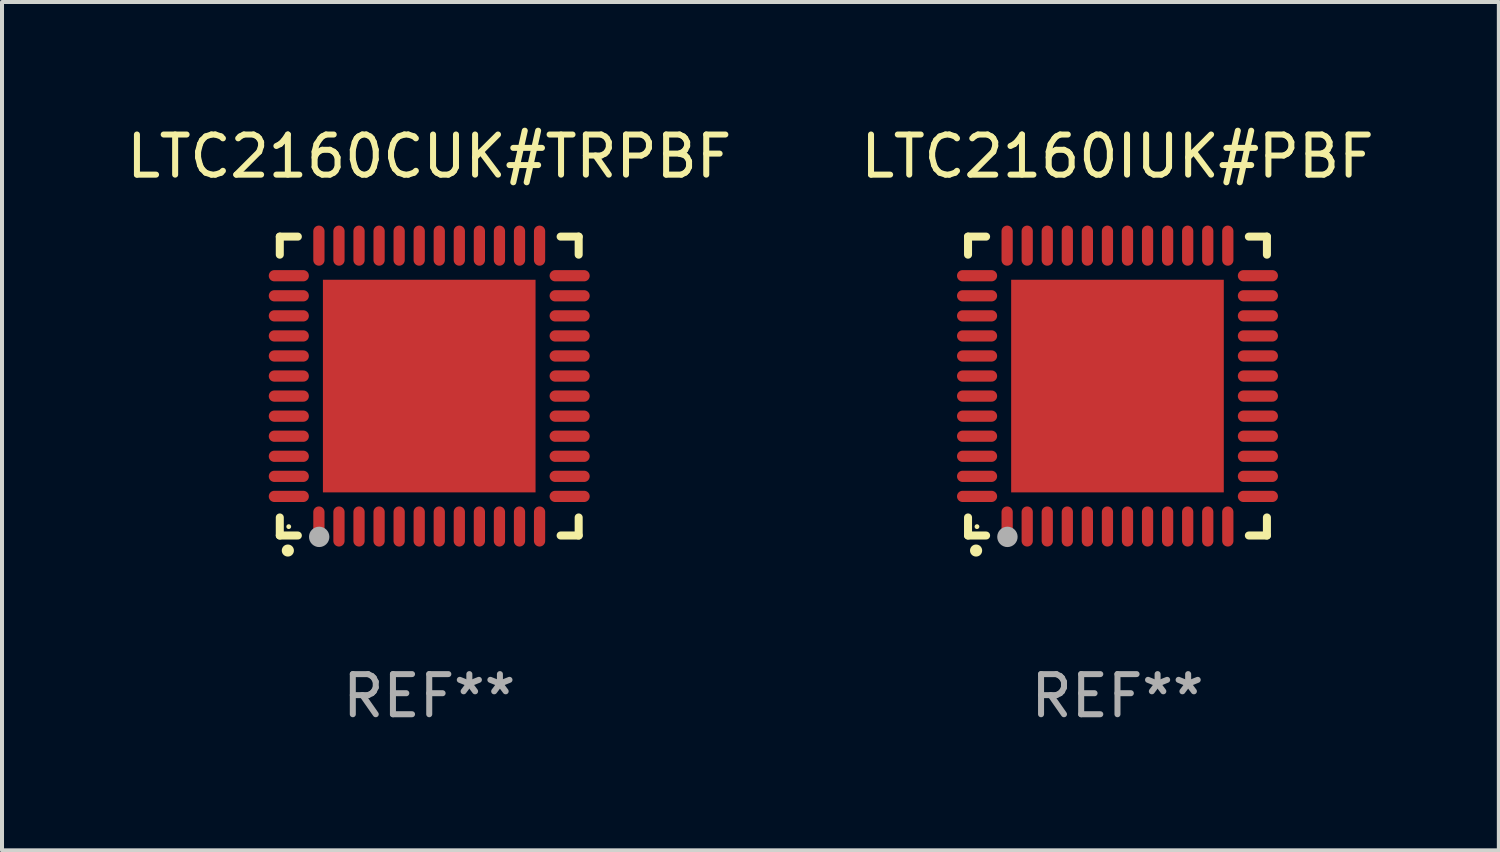
<source format=kicad_pcb>
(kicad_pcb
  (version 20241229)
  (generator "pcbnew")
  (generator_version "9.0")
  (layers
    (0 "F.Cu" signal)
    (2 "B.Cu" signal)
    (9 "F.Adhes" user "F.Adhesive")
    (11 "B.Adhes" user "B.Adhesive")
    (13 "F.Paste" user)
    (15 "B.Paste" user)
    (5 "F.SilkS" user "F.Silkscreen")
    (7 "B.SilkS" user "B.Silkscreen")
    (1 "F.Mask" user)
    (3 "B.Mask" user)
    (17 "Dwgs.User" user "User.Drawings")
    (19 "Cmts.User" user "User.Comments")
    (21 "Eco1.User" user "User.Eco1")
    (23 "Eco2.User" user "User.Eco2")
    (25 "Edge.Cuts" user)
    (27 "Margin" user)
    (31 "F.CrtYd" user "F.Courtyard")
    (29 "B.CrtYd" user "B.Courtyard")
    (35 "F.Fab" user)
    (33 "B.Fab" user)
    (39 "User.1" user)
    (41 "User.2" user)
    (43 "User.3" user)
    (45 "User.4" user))
  (footprint "LTC2160CUK#TRPBF"
    (layer "F.Cu")
    (at 7.649 6.573)
    (property "Reference" "LTC2160CUK#TRPBF" (at 0 -5.725 0) (layer "F.SilkS") (effects (font (size 1 1) (thickness 0.15))))
    (attr through_hole)
    (fp_line (start -3.725 -3.725) (end -3.275 -3.725) (stroke (width 0.2) (type solid)) (layer "F.SilkS"))
    (fp_line (start -3.725 -3.275) (end -3.725 -3.725) (stroke (width 0.2) (type solid)) (layer "F.SilkS"))
    (fp_line (start -3.725 3.725) (end -3.725 3.275) (stroke (width 0.2) (type solid)) (layer "F.SilkS"))
    (fp_line (start -3.275 3.725) (end -3.725 3.725) (stroke (width 0.2) (type solid)) (layer "F.SilkS"))
    (fp_line (start 3.275 3.725) (end 3.725 3.725) (stroke (width 0.2) (type solid)) (layer "F.SilkS"))
    (fp_line (start 3.725 -3.725) (end 3.275 -3.725) (stroke (width 0.2) (type solid)) (layer "F.SilkS"))
    (fp_line (start 3.725 -3.275) (end 3.725 -3.725) (stroke (width 0.2) (type solid)) (layer "F.SilkS"))
    (fp_line (start 3.725 3.725) (end 3.725 3.275) (stroke (width 0.2) (type solid)) (layer "F.SilkS"))
    (fp_arc (start -3.525527 4.099568) (mid -3.524257 4.099563) (end -3.522987 4.099568) (stroke (width 0.3) (type solid)) (layer "F.SilkS"))
    (fp_circle (center -3.502 3.504) (end -3.472 3.504) (stroke (width 0.06) (type solid)) (fill no) (layer "F.SilkS"))
    (fp_circle (center -2.743 3.759) (end -2.616 3.759) (stroke (width 0.254) (type solid)) (fill no) (layer "F.Fab"))
    (fp_text user "REF**" (at 0 7.725 0) (layer "F.Fab") (effects (font (size 1 1) (thickness 0.15))))
    (pad "1" smd oval (at -2.75 3.5) (size 0.28 1) (layers "F.Cu" "F.Mask" "F.Paste"))
    (pad "2" smd oval (at -2.25 3.5) (size 0.28 1) (layers "F.Cu" "F.Mask" "F.Paste"))
    (pad "3" smd oval (at -1.75 3.5) (size 0.28 1) (layers "F.Cu" "F.Mask" "F.Paste"))
    (pad "4" smd oval (at -1.25 3.5) (size 0.28 1) (layers "F.Cu" "F.Mask" "F.Paste"))
    (pad "5" smd oval (at -0.75 3.5) (size 0.28 1) (layers "F.Cu" "F.Mask" "F.Paste"))
    (pad "6" smd oval (at -0.25 3.5) (size 0.28 1) (layers "F.Cu" "F.Mask" "F.Paste"))
    (pad "7" smd oval (at 0.25 3.5) (size 0.28 1) (layers "F.Cu" "F.Mask" "F.Paste"))
    (pad "8" smd oval (at 0.75 3.5) (size 0.28 1) (layers "F.Cu" "F.Mask" "F.Paste"))
    (pad "9" smd oval (at 1.25 3.5) (size 0.28 1) (layers "F.Cu" "F.Mask" "F.Paste"))
    (pad "10" smd oval (at 1.75 3.5) (size 0.28 1) (layers "F.Cu" "F.Mask" "F.Paste"))
    (pad "11" smd oval (at 2.25 3.5) (size 0.28 1) (layers "F.Cu" "F.Mask" "F.Paste"))
    (pad "12" smd oval (at 2.75 3.5) (size 0.28 1) (layers "F.Cu" "F.Mask" "F.Paste"))
    (pad "13" smd oval (at 3.5 2.75) (size 1 0.28) (layers "F.Cu" "F.Mask" "F.Paste"))
    (pad "14" smd oval (at 3.5 2.25) (size 1 0.28) (layers "F.Cu" "F.Mask" "F.Paste"))
    (pad "15" smd oval (at 3.5 1.75) (size 1 0.28) (layers "F.Cu" "F.Mask" "F.Paste"))
    (pad "16" smd oval (at 3.5 1.25) (size 1 0.28) (layers "F.Cu" "F.Mask" "F.Paste"))
    (pad "17" smd oval (at 3.5 0.75) (size 1 0.28) (layers "F.Cu" "F.Mask" "F.Paste"))
    (pad "18" smd oval (at 3.5 0.25) (size 1 0.28) (layers "F.Cu" "F.Mask" "F.Paste"))
    (pad "19" smd oval (at 3.5 -0.25) (size 1 0.28) (layers "F.Cu" "F.Mask" "F.Paste"))
    (pad "20" smd oval (at 3.5 -0.75) (size 1 0.28) (layers "F.Cu" "F.Mask" "F.Paste"))
    (pad "21" smd oval (at 3.5 -1.25) (size 1 0.28) (layers "F.Cu" "F.Mask" "F.Paste"))
    (pad "22" smd oval (at 3.5 -1.75) (size 1 0.28) (layers "F.Cu" "F.Mask" "F.Paste"))
    (pad "23" smd oval (at 3.5 -2.25) (size 1 0.28) (layers "F.Cu" "F.Mask" "F.Paste"))
    (pad "24" smd oval (at 3.5 -2.75) (size 1 0.28) (layers "F.Cu" "F.Mask" "F.Paste"))
    (pad "25" smd oval (at 2.75 -3.5) (size 0.28 1) (layers "F.Cu" "F.Mask" "F.Paste"))
    (pad "26" smd oval (at 2.25 -3.5) (size 0.28 1) (layers "F.Cu" "F.Mask" "F.Paste"))
    (pad "27" smd oval (at 1.75 -3.5) (size 0.28 1) (layers "F.Cu" "F.Mask" "F.Paste"))
    (pad "28" smd oval (at 1.25 -3.5) (size 0.28 1) (layers "F.Cu" "F.Mask" "F.Paste"))
    (pad "29" smd oval (at 0.75 -3.5) (size 0.28 1) (layers "F.Cu" "F.Mask" "F.Paste"))
    (pad "30" smd oval (at 0.25 -3.5) (size 0.28 1) (layers "F.Cu" "F.Mask" "F.Paste"))
    (pad "31" smd oval (at -0.25 -3.5) (size 0.28 1) (layers "F.Cu" "F.Mask" "F.Paste"))
    (pad "32" smd oval (at -0.75 -3.5) (size 0.28 1) (layers "F.Cu" "F.Mask" "F.Paste"))
    (pad "33" smd oval (at -1.25 -3.5) (size 0.28 1) (layers "F.Cu" "F.Mask" "F.Paste"))
    (pad "34" smd oval (at -1.75 -3.5) (size 0.28 1) (layers "F.Cu" "F.Mask" "F.Paste"))
    (pad "35" smd oval (at -2.25 -3.5) (size 0.28 1) (layers "F.Cu" "F.Mask" "F.Paste"))
    (pad "36" smd oval (at -2.75 -3.5) (size 0.28 1) (layers "F.Cu" "F.Mask" "F.Paste"))
    (pad "37" smd oval (at -3.5 -2.75) (size 1 0.28) (layers "F.Cu" "F.Mask" "F.Paste"))
    (pad "38" smd oval (at -3.5 -2.25) (size 1 0.28) (layers "F.Cu" "F.Mask" "F.Paste"))
    (pad "39" smd oval (at -3.5 -1.75) (size 1 0.28) (layers "F.Cu" "F.Mask" "F.Paste"))
    (pad "40" smd oval (at -3.5 -1.25) (size 1 0.28) (layers "F.Cu" "F.Mask" "F.Paste"))
    (pad "41" smd oval (at -3.5 -0.75) (size 1 0.28) (layers "F.Cu" "F.Mask" "F.Paste"))
    (pad "42" smd oval (at -3.5 -0.25) (size 1 0.28) (layers "F.Cu" "F.Mask" "F.Paste"))
    (pad "43" smd oval (at -3.5 0.25) (size 1 0.28) (layers "F.Cu" "F.Mask" "F.Paste"))
    (pad "44" smd oval (at -3.5 0.75) (size 1 0.28) (layers "F.Cu" "F.Mask" "F.Paste"))
    (pad "45" smd oval (at -3.5 1.25) (size 1 0.28) (layers "F.Cu" "F.Mask" "F.Paste"))
    (pad "46" smd oval (at -3.5 1.75) (size 1 0.28) (layers "F.Cu" "F.Mask" "F.Paste"))
    (pad "47" smd oval (at -3.5 2.25) (size 1 0.28) (layers "F.Cu" "F.Mask" "F.Paste"))
    (pad "48" smd oval (at -3.5 2.75) (size 1 0.28) (layers "F.Cu" "F.Mask" "F.Paste"))
    (pad "49" smd rect (at 0 0) (size 5.3 5.3) (layers "F.Cu" "F.Mask" "F.Paste")))
  (footprint "LTC2160IUK#PBF"
    (layer "F.Cu")
    (at 24.804 6.573)
    (property "Reference" "LTC2160IUK#PBF" (at 0 -5.725 0) (layer "F.SilkS") (effects (font (size 1 1) (thickness 0.15))))
    (attr through_hole)
    (fp_line (start -3.725 -3.725) (end -3.275 -3.725) (stroke (width 0.2) (type solid)) (layer "F.SilkS"))
    (fp_line (start -3.725 -3.275) (end -3.725 -3.725) (stroke (width 0.2) (type solid)) (layer "F.SilkS"))
    (fp_line (start -3.725 3.725) (end -3.725 3.275) (stroke (width 0.2) (type solid)) (layer "F.SilkS"))
    (fp_line (start -3.275 3.725) (end -3.725 3.725) (stroke (width 0.2) (type solid)) (layer "F.SilkS"))
    (fp_line (start 3.275 3.725) (end 3.725 3.725) (stroke (width 0.2) (type solid)) (layer "F.SilkS"))
    (fp_line (start 3.725 -3.725) (end 3.275 -3.725) (stroke (width 0.2) (type solid)) (layer "F.SilkS"))
    (fp_line (start 3.725 -3.275) (end 3.725 -3.725) (stroke (width 0.2) (type solid)) (layer "F.SilkS"))
    (fp_line (start 3.725 3.725) (end 3.725 3.275) (stroke (width 0.2) (type solid)) (layer "F.SilkS"))
    (fp_arc (start -3.525527 4.099568) (mid -3.524257 4.099563) (end -3.522987 4.099568) (stroke (width 0.3) (type solid)) (layer "F.SilkS"))
    (fp_circle (center -3.502 3.504) (end -3.472 3.504) (stroke (width 0.06) (type solid)) (fill no) (layer "F.SilkS"))
    (fp_circle (center -2.743 3.759) (end -2.616 3.759) (stroke (width 0.254) (type solid)) (fill no) (layer "F.Fab"))
    (fp_text user "REF**" (at 0 7.725 0) (layer "F.Fab") (effects (font (size 1 1) (thickness 0.15))))
    (pad "1" smd oval (at -2.75 3.5) (size 0.28 1) (layers "F.Cu" "F.Mask" "F.Paste"))
    (pad "2" smd oval (at -2.25 3.5) (size 0.28 1) (layers "F.Cu" "F.Mask" "F.Paste"))
    (pad "3" smd oval (at -1.75 3.5) (size 0.28 1) (layers "F.Cu" "F.Mask" "F.Paste"))
    (pad "4" smd oval (at -1.25 3.5) (size 0.28 1) (layers "F.Cu" "F.Mask" "F.Paste"))
    (pad "5" smd oval (at -0.75 3.5) (size 0.28 1) (layers "F.Cu" "F.Mask" "F.Paste"))
    (pad "6" smd oval (at -0.25 3.5) (size 0.28 1) (layers "F.Cu" "F.Mask" "F.Paste"))
    (pad "7" smd oval (at 0.25 3.5) (size 0.28 1) (layers "F.Cu" "F.Mask" "F.Paste"))
    (pad "8" smd oval (at 0.75 3.5) (size 0.28 1) (layers "F.Cu" "F.Mask" "F.Paste"))
    (pad "9" smd oval (at 1.25 3.5) (size 0.28 1) (layers "F.Cu" "F.Mask" "F.Paste"))
    (pad "10" smd oval (at 1.75 3.5) (size 0.28 1) (layers "F.Cu" "F.Mask" "F.Paste"))
    (pad "11" smd oval (at 2.25 3.5) (size 0.28 1) (layers "F.Cu" "F.Mask" "F.Paste"))
    (pad "12" smd oval (at 2.75 3.5) (size 0.28 1) (layers "F.Cu" "F.Mask" "F.Paste"))
    (pad "13" smd oval (at 3.5 2.75) (size 1 0.28) (layers "F.Cu" "F.Mask" "F.Paste"))
    (pad "14" smd oval (at 3.5 2.25) (size 1 0.28) (layers "F.Cu" "F.Mask" "F.Paste"))
    (pad "15" smd oval (at 3.5 1.75) (size 1 0.28) (layers "F.Cu" "F.Mask" "F.Paste"))
    (pad "16" smd oval (at 3.5 1.25) (size 1 0.28) (layers "F.Cu" "F.Mask" "F.Paste"))
    (pad "17" smd oval (at 3.5 0.75) (size 1 0.28) (layers "F.Cu" "F.Mask" "F.Paste"))
    (pad "18" smd oval (at 3.5 0.25) (size 1 0.28) (layers "F.Cu" "F.Mask" "F.Paste"))
    (pad "19" smd oval (at 3.5 -0.25) (size 1 0.28) (layers "F.Cu" "F.Mask" "F.Paste"))
    (pad "20" smd oval (at 3.5 -0.75) (size 1 0.28) (layers "F.Cu" "F.Mask" "F.Paste"))
    (pad "21" smd oval (at 3.5 -1.25) (size 1 0.28) (layers "F.Cu" "F.Mask" "F.Paste"))
    (pad "22" smd oval (at 3.5 -1.75) (size 1 0.28) (layers "F.Cu" "F.Mask" "F.Paste"))
    (pad "23" smd oval (at 3.5 -2.25) (size 1 0.28) (layers "F.Cu" "F.Mask" "F.Paste"))
    (pad "24" smd oval (at 3.5 -2.75) (size 1 0.28) (layers "F.Cu" "F.Mask" "F.Paste"))
    (pad "25" smd oval (at 2.75 -3.5) (size 0.28 1) (layers "F.Cu" "F.Mask" "F.Paste"))
    (pad "26" smd oval (at 2.25 -3.5) (size 0.28 1) (layers "F.Cu" "F.Mask" "F.Paste"))
    (pad "27" smd oval (at 1.75 -3.5) (size 0.28 1) (layers "F.Cu" "F.Mask" "F.Paste"))
    (pad "28" smd oval (at 1.25 -3.5) (size 0.28 1) (layers "F.Cu" "F.Mask" "F.Paste"))
    (pad "29" smd oval (at 0.75 -3.5) (size 0.28 1) (layers "F.Cu" "F.Mask" "F.Paste"))
    (pad "30" smd oval (at 0.25 -3.5) (size 0.28 1) (layers "F.Cu" "F.Mask" "F.Paste"))
    (pad "31" smd oval (at -0.25 -3.5) (size 0.28 1) (layers "F.Cu" "F.Mask" "F.Paste"))
    (pad "32" smd oval (at -0.75 -3.5) (size 0.28 1) (layers "F.Cu" "F.Mask" "F.Paste"))
    (pad "33" smd oval (at -1.25 -3.5) (size 0.28 1) (layers "F.Cu" "F.Mask" "F.Paste"))
    (pad "34" smd oval (at -1.75 -3.5) (size 0.28 1) (layers "F.Cu" "F.Mask" "F.Paste"))
    (pad "35" smd oval (at -2.25 -3.5) (size 0.28 1) (layers "F.Cu" "F.Mask" "F.Paste"))
    (pad "36" smd oval (at -2.75 -3.5) (size 0.28 1) (layers "F.Cu" "F.Mask" "F.Paste"))
    (pad "37" smd oval (at -3.5 -2.75) (size 1 0.28) (layers "F.Cu" "F.Mask" "F.Paste"))
    (pad "38" smd oval (at -3.5 -2.25) (size 1 0.28) (layers "F.Cu" "F.Mask" "F.Paste"))
    (pad "39" smd oval (at -3.5 -1.75) (size 1 0.28) (layers "F.Cu" "F.Mask" "F.Paste"))
    (pad "40" smd oval (at -3.5 -1.25) (size 1 0.28) (layers "F.Cu" "F.Mask" "F.Paste"))
    (pad "41" smd oval (at -3.5 -0.75) (size 1 0.28) (layers "F.Cu" "F.Mask" "F.Paste"))
    (pad "42" smd oval (at -3.5 -0.25) (size 1 0.28) (layers "F.Cu" "F.Mask" "F.Paste"))
    (pad "43" smd oval (at -3.5 0.25) (size 1 0.28) (layers "F.Cu" "F.Mask" "F.Paste"))
    (pad "44" smd oval (at -3.5 0.75) (size 1 0.28) (layers "F.Cu" "F.Mask" "F.Paste"))
    (pad "45" smd oval (at -3.5 1.25) (size 1 0.28) (layers "F.Cu" "F.Mask" "F.Paste"))
    (pad "46" smd oval (at -3.5 1.75) (size 1 0.28) (layers "F.Cu" "F.Mask" "F.Paste"))
    (pad "47" smd oval (at -3.5 2.25) (size 1 0.28) (layers "F.Cu" "F.Mask" "F.Paste"))
    (pad "48" smd oval (at -3.5 2.75) (size 1 0.28) (layers "F.Cu" "F.Mask" "F.Paste"))
    (pad "49" smd rect (at 0 0) (size 5.3 5.3) (layers "F.Cu" "F.Mask" "F.Paste")))
  (gr_rect
    (start -3 -3)
    (end 34.31 18.146)
    (stroke (width 0.1) (type default))
    (fill no)
    (layer "Edge.Cuts")))
</source>
